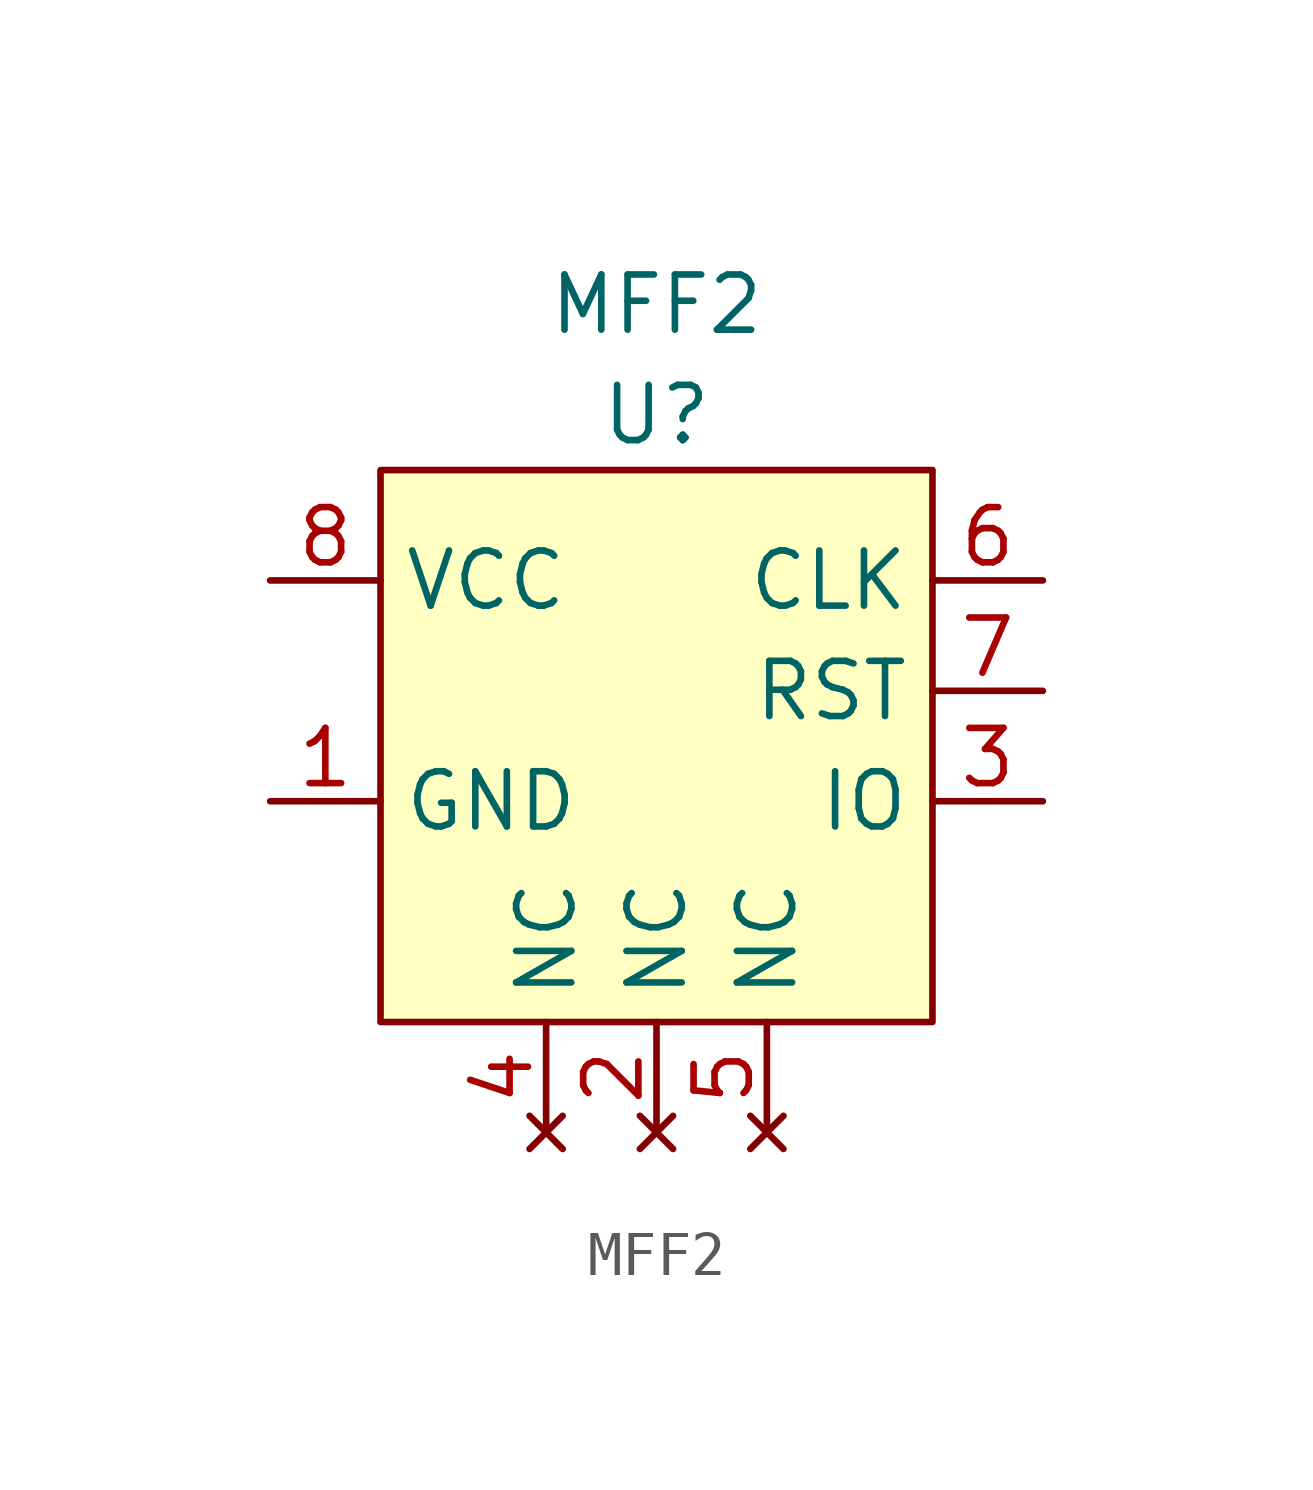
<source format=kicad_sym>
(kicad_symbol_lib
  (version 20210619)
  (generator kicad_symbol_editor)
  (symbol "MFF2:MFF2"
    (property "Reference" "U"
      (at 8.89 3.81 0)
      (effects (font (size 1.27 1.27))))
    (property "Value" "MFF2"
      (at 8.89 6.35 0)
      (effects (font (size 1.27 1.27))))
    (symbol "MFF2_0_0"
      (pin unspecified line (at 0 -5.08 0) (length 2.54) (name "GND" (effects (font (size 1.27 1.27)))) (number "1" (effects (font (size 1.27 1.27)))))
      (pin no_connect line (at 8.89 -12.7 90) (length 2.54) (name "NC" (effects (font (size 1.27 1.27)))) (number "2" (effects (font (size 1.27 1.27)))))
      (pin unspecified line (at 17.78 -5.08 180) (length 2.54) (name "IO" (effects (font (size 1.27 1.27)))) (number "3" (effects (font (size 1.27 1.27)))))
      (pin no_connect line (at 6.35 -12.7 90) (length 2.54) (name "NC" (effects (font (size 1.27 1.27)))) (number "4" (effects (font (size 1.27 1.27)))))
      (pin no_connect line (at 11.43 -12.7 90) (length 2.54) (name "NC" (effects (font (size 1.27 1.27)))) (number "5" (effects (font (size 1.27 1.27)))))
      (pin unspecified line (at 17.78 0 180) (length 2.54) (name "CLK" (effects (font (size 1.27 1.27)))) (number "6" (effects (font (size 1.27 1.27)))))
      (pin unspecified line (at 17.78 -2.54 180) (length 2.54) (name "RST" (effects (font (size 1.27 1.27)))) (number "7" (effects (font (size 1.27 1.27)))))
      (pin unspecified line (at 0 0 0) (length 2.54) (name "VCC" (effects (font (size 1.27 1.27)))) (number "8" (effects (font (size 1.27 1.27))))))
    (symbol "MFF2_0_1"
      (rectangle (start 2.54 2.54) (end 15.24 -10.16) (stroke (width 0.152)) (fill (type background))))))
</source>
